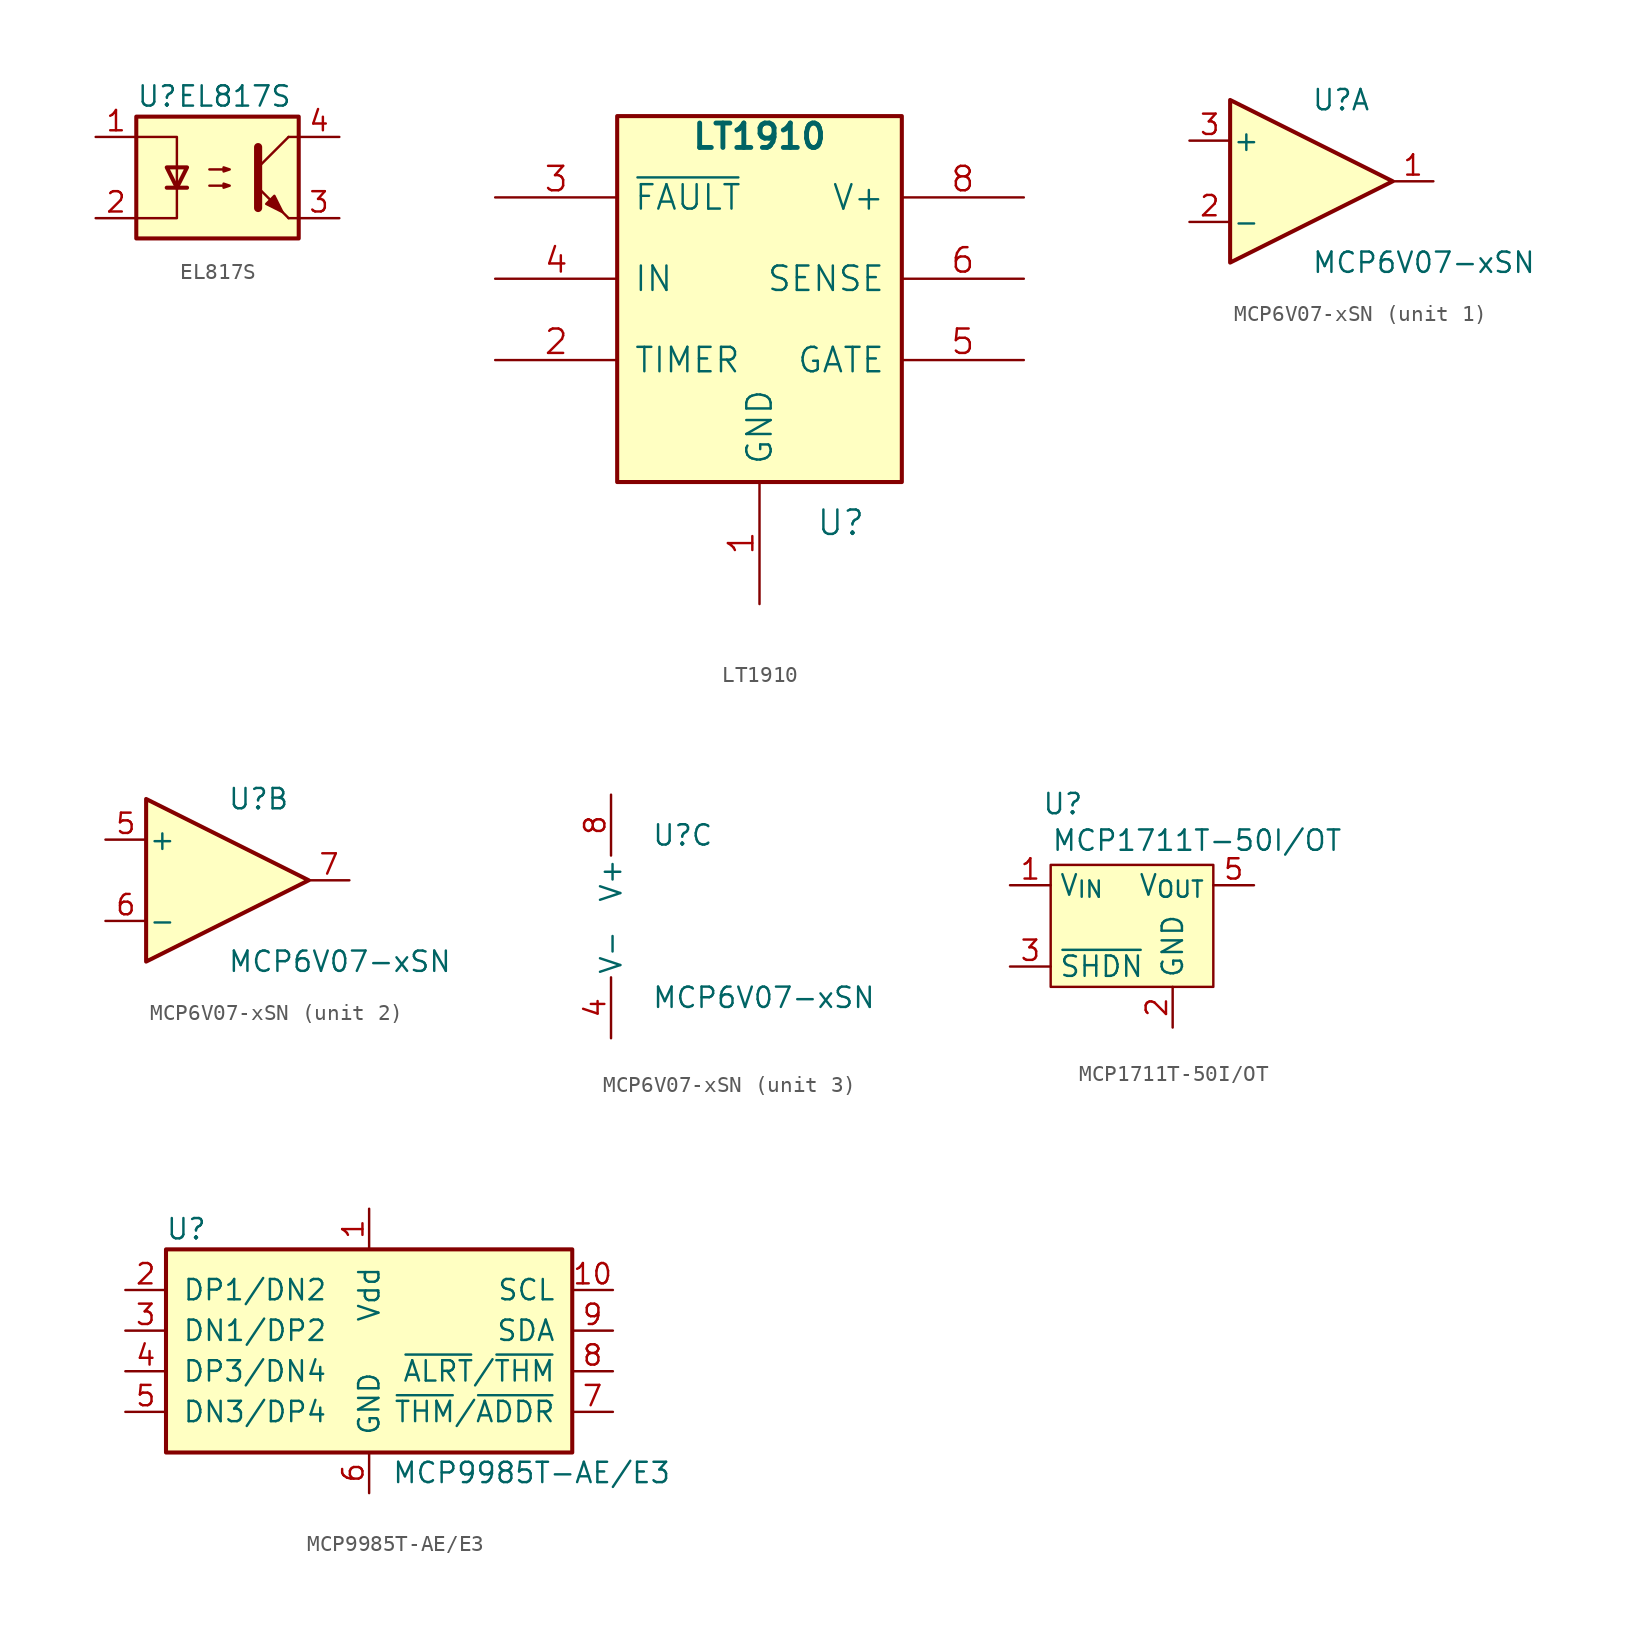
<source format=kicad_sym>
(kicad_symbol_lib
  (version 20241209)
  (generator "kicad_symbol_editor")
  (generator_version "9.0")
  (symbol "EL817S"
    (pin_names
      (offset 1.016))
    (property "Reference" "U"
      (at -5.08 5.08 0)
      (effects (font (size 1.27 1.27)) (justify left)))
    (property "Value" "EL817S"
      (at -2.54 5.08 0)
      (effects (font (size 1.27 1.27)) (justify left)))
    (symbol "EL817S_0_1"
      (rectangle (start -5.08 3.81) (end 5.08 -3.81) (stroke (width 0.254) (type default)) (fill (type background)))
      (polyline (pts (xy -5.08 2.54) (xy -2.54 2.54) (xy -2.54 -0.635)) (stroke (width 0) (type default)) (fill (type none)))
      (polyline (pts (xy -3.175 -0.635) (xy -1.905 -0.635)) (stroke (width 0.254) (type default)) (fill (type none)))
      (polyline (pts (xy -2.54 -0.635) (xy -2.54 -2.54) (xy -5.08 -2.54)) (stroke (width 0) (type default)) (fill (type none)))
      (polyline (pts (xy -2.54 -0.635) (xy -3.175 0.635) (xy -1.905 0.635) (xy -2.54 -0.635)) (stroke (width 0.254) (type default)) (fill (type none)))
      (polyline (pts (xy -0.508 0.508) (xy 0.762 0.508) (xy 0.381 0.381) (xy 0.381 0.635) (xy 0.762 0.508)) (stroke (width 0) (type default)) (fill (type none)))
      (polyline (pts (xy -0.508 -0.508) (xy 0.762 -0.508) (xy 0.381 -0.635) (xy 0.381 -0.381) (xy 0.762 -0.508)) (stroke (width 0) (type default)) (fill (type none)))
      (polyline (pts (xy 2.54 1.905) (xy 2.54 -1.905) (xy 2.54 -1.905)) (stroke (width 0.508) (type default)) (fill (type none)))
      (polyline (pts (xy 2.54 0.635) (xy 4.445 2.54)) (stroke (width 0) (type default)) (fill (type none)))
      (polyline (pts (xy 3.048 -1.651) (xy 3.556 -1.143) (xy 4.064 -2.159) (xy 3.048 -1.651) (xy 3.048 -1.651)) (stroke (width 0) (type default)) (fill (type outline)))
      (polyline (pts (xy 4.445 2.54) (xy 5.08 2.54)) (stroke (width 0) (type default)) (fill (type none)))
      (polyline (pts (xy 4.445 -2.54) (xy 2.54 -0.635)) (stroke (width 0) (type default)) (fill (type outline)))
      (polyline (pts (xy 4.445 -2.54) (xy 5.08 -2.54)) (stroke (width 0) (type default)) (fill (type none))))
    (symbol "EL817S_1_1"
      (pin passive line (at -7.62 2.54 0) (length 2.54) (name "~" (effects (font (size 1.27 1.27)))) (number "1" (effects (font (size 1.27 1.27)))))
      (pin passive line (at -7.62 -2.54 0) (length 2.54) (name "~" (effects (font (size 1.27 1.27)))) (number "2" (effects (font (size 1.27 1.27)))))
      (pin passive line (at 7.62 2.54 180) (length 2.54) (name "~" (effects (font (size 1.27 1.27)))) (number "4" (effects (font (size 1.27 1.27)))))
      (pin passive line (at 7.62 -2.54 180) (length 2.54) (name "~" (effects (font (size 1.27 1.27)))) (number "3" (effects (font (size 1.27 1.27)))))))
  (symbol "LT1910"
    (pin_names
      (offset 1.016))
    (property "Reference" "U"
      (at 5.08 -20.32 0)
      (effects (font (size 1.524 1.524))))
    (property "Value" "LT1910"
      (at 0 3.81 0)
      (do_not_autoplace)
      (effects (font (size 1.524 1.524) (bold yes))))
    (symbol "LT1910_1_1"
      (rectangle (start -8.89 5.08) (end 8.89 -17.78) (stroke (width 0.254) (type solid)) (fill (type background)))
      (pin open_collector line (at -16.51 0 0) (length 7.62) (name "~{FAULT}" (effects (font (size 1.524 1.524)))) (number "3" (effects (font (size 1.524 1.524)))))
      (pin input line (at -16.51 -5.08 0) (length 7.62) (name "IN" (effects (font (size 1.524 1.524)))) (number "4" (effects (font (size 1.524 1.524)))))
      (pin passive line (at -16.51 -10.16 0) (length 7.62) (name "TIMER" (effects (font (size 1.524 1.524)))) (number "2" (effects (font (size 1.524 1.524)))))
      (pin no_connect line (at -6.35 -20.32 90) (length 2.54) (hide yes) (name "NC" (effects (font (size 1.27 1.27)))) (number "7" (effects (font (size 1.27 1.27)))))
      (pin input line (at 0 -25.4 90) (length 7.62) (name "GND" (effects (font (size 1.524 1.524)))) (number "1" (effects (font (size 1.524 1.524)))))
      (pin passive line (at 16.51 0 180) (length 7.62) (name "V+" (effects (font (size 1.524 1.524)))) (number "8" (effects (font (size 1.524 1.524)))))
      (pin passive line (at 16.51 -5.08 180) (length 7.62) (name "SENSE" (effects (font (size 1.524 1.524)))) (number "6" (effects (font (size 1.524 1.524)))))
      (pin passive line (at 16.51 -10.16 180) (length 7.62) (name "GATE" (effects (font (size 1.524 1.524)))) (number "5" (effects (font (size 1.524 1.524)))))))
  (symbol "MCP6V07-xSN"
    (pin_names
      (offset 0.127))
    (property "Reference" "U"
      (at 0 5.08 0)
      (effects (font (size 1.27 1.27)) (justify left)))
    (property "Value" "MCP6V07-xSN"
      (at 0 -5.08 0)
      (effects (font (size 1.27 1.27)) (justify left)))
    (property "ki_locked" ""
      (at 0 0 0)
      (effects (font (size 1.27 1.27))))
    (symbol "MCP6V07-xSN_1_1"
      (polyline (pts (xy -5.08 5.08) (xy 5.08 0) (xy -5.08 -5.08) (xy -5.08 5.08)) (stroke (width 0.254) (type default)) (fill (type background)))
      (pin passive line (at -7.62 2.54 0) (length 2.54) (name "+" (effects (font (size 1.27 1.27)))) (number "3" (effects (font (size 1.27 1.27)))))
      (pin passive line (at -7.62 -2.54 0) (length 2.54) (name "-" (effects (font (size 1.27 1.27)))) (number "2" (effects (font (size 1.27 1.27)))))
      (pin passive line (at 7.62 0 180) (length 2.54) (name "~" (effects (font (size 1.27 1.27)))) (number "1" (effects (font (size 1.27 1.27))))))
    (symbol "MCP6V07-xSN_2_1"
      (polyline (pts (xy -5.08 5.08) (xy 5.08 0) (xy -5.08 -5.08) (xy -5.08 5.08)) (stroke (width 0.254) (type default)) (fill (type background)))
      (pin passive line (at -7.62 2.54 0) (length 2.54) (name "+" (effects (font (size 1.27 1.27)))) (number "5" (effects (font (size 1.27 1.27)))))
      (pin passive line (at -7.62 -2.54 0) (length 2.54) (name "-" (effects (font (size 1.27 1.27)))) (number "6" (effects (font (size 1.27 1.27)))))
      (pin passive line (at 7.62 0 180) (length 2.54) (name "~" (effects (font (size 1.27 1.27)))) (number "7" (effects (font (size 1.27 1.27))))))
    (symbol "MCP6V07-xSN_3_1"
      (pin passive line (at -2.54 7.62 270) (length 3.81) (name "V+" (effects (font (size 1.27 1.27)))) (number "8" (effects (font (size 1.27 1.27)))))
      (pin passive line (at -2.54 -7.62 90) (length 3.81) (name "V-" (effects (font (size 1.27 1.27)))) (number "4" (effects (font (size 1.27 1.27)))))))
  (symbol "MCP1711T-50I/OT"
    (property "Reference" "U"
      (at -4.318 5.08 0)
      (effects (font (size 1.27 1.27))))
    (property "Value" "MCP1711T-50I/OT"
      (at 4.064 2.794 0)
      (effects (font (size 1.27 1.27))))
    (symbol "MCP1711T-50I/OT_1_1"
      (rectangle (start -5.08 1.27) (end 5.08 -6.35) (stroke (width 0) (type default)) (fill (type background)))
      (pin passive line (at -7.62 0 0) (length 2.54) (name "V_{IN}" (effects (font (size 1.27 1.27)))) (number "1" (effects (font (size 1.27 1.27)))))
      (pin passive line (at -7.62 -5.08 0) (length 2.54) (name "~{SHDN}" (effects (font (size 1.27 1.27)))) (number "3" (effects (font (size 1.27 1.27)))))
      (pin passive line (at 2.54 -8.89 90) (length 2.54) (name "GND" (effects (font (size 1.27 1.27)))) (number "2" (effects (font (size 1.27 1.27)))))
      (pin no_connect line (at 3.81 -8.89 90) (length 2.54) (hide yes) (name "NC" (effects (font (size 1.27 1.27)))) (number "4" (effects (font (size 1.27 1.27)))))
      (pin passive line (at 7.62 0 180) (length 2.54) (name "V_{OUT}" (effects (font (size 1.27 1.27)))) (number "5" (effects (font (size 1.27 1.27)))))))
  (symbol "MCP9985T-AE/E3"
    (pin_names
      (offset 1.016))
    (property "Reference" "U"
      (at -11.43 8.89 0)
      (effects (font (size 1.27 1.27))))
    (property "Value" "MCP9985T-AE/E3"
      (at 10.16 -6.35 0)
      (effects (font (size 1.27 1.27))))
    (symbol "MCP9985T-AE/E3_1_0"
      (rectangle (start -12.7 7.62) (end 12.7 -5.08) (stroke (width 0.254) (type solid)) (fill (type background))))
    (symbol "MCP9985T-AE/E3_1_1"
      (pin passive line (at -15.24 5.08 0) (length 2.54) (name "DP1/DN2" (effects (font (size 1.27 1.27)))) (number "2" (effects (font (size 1.27 1.27)))))
      (pin passive line (at -15.24 2.54 0) (length 2.54) (name "DN1/DP2" (effects (font (size 1.27 1.27)))) (number "3" (effects (font (size 1.27 1.27)))))
      (pin passive line (at -15.24 0 0) (length 2.54) (name "DP3/DN4" (effects (font (size 1.27 1.27)))) (number "4" (effects (font (size 1.27 1.27)))))
      (pin passive line (at -15.24 -2.54 0) (length 2.54) (name "DN3/DP4" (effects (font (size 1.27 1.27)))) (number "5" (effects (font (size 1.27 1.27)))))
      (pin passive line (at 0 10.16 270) (length 2.54) (name "Vdd" (effects (font (size 1.27 1.27)))) (number "1" (effects (font (size 1.27 1.27)))))
      (pin passive line (at 0 -7.62 90) (length 2.54) (name "GND" (effects (font (size 1.27 1.27)))) (number "6" (effects (font (size 1.27 1.27)))))
      (pin passive line (at 15.24 5.08 180) (length 2.54) (name "SCL" (effects (font (size 1.27 1.27)))) (number "10" (effects (font (size 1.27 1.27)))))
      (pin passive line (at 15.24 2.54 180) (length 2.54) (name "SDA" (effects (font (size 1.27 1.27)))) (number "9" (effects (font (size 1.27 1.27)))))
      (pin passive line (at 15.24 0 180) (length 2.54) (name "~{ALRT}/~{THM}" (effects (font (size 1.27 1.27)))) (number "8" (effects (font (size 1.27 1.27)))))
      (pin passive line (at 15.24 -2.54 180) (length 2.54) (name "~{THM}/~{ADDR}" (effects (font (size 1.27 1.27)))) (number "7" (effects (font (size 1.27 1.27))))))))
</source>
